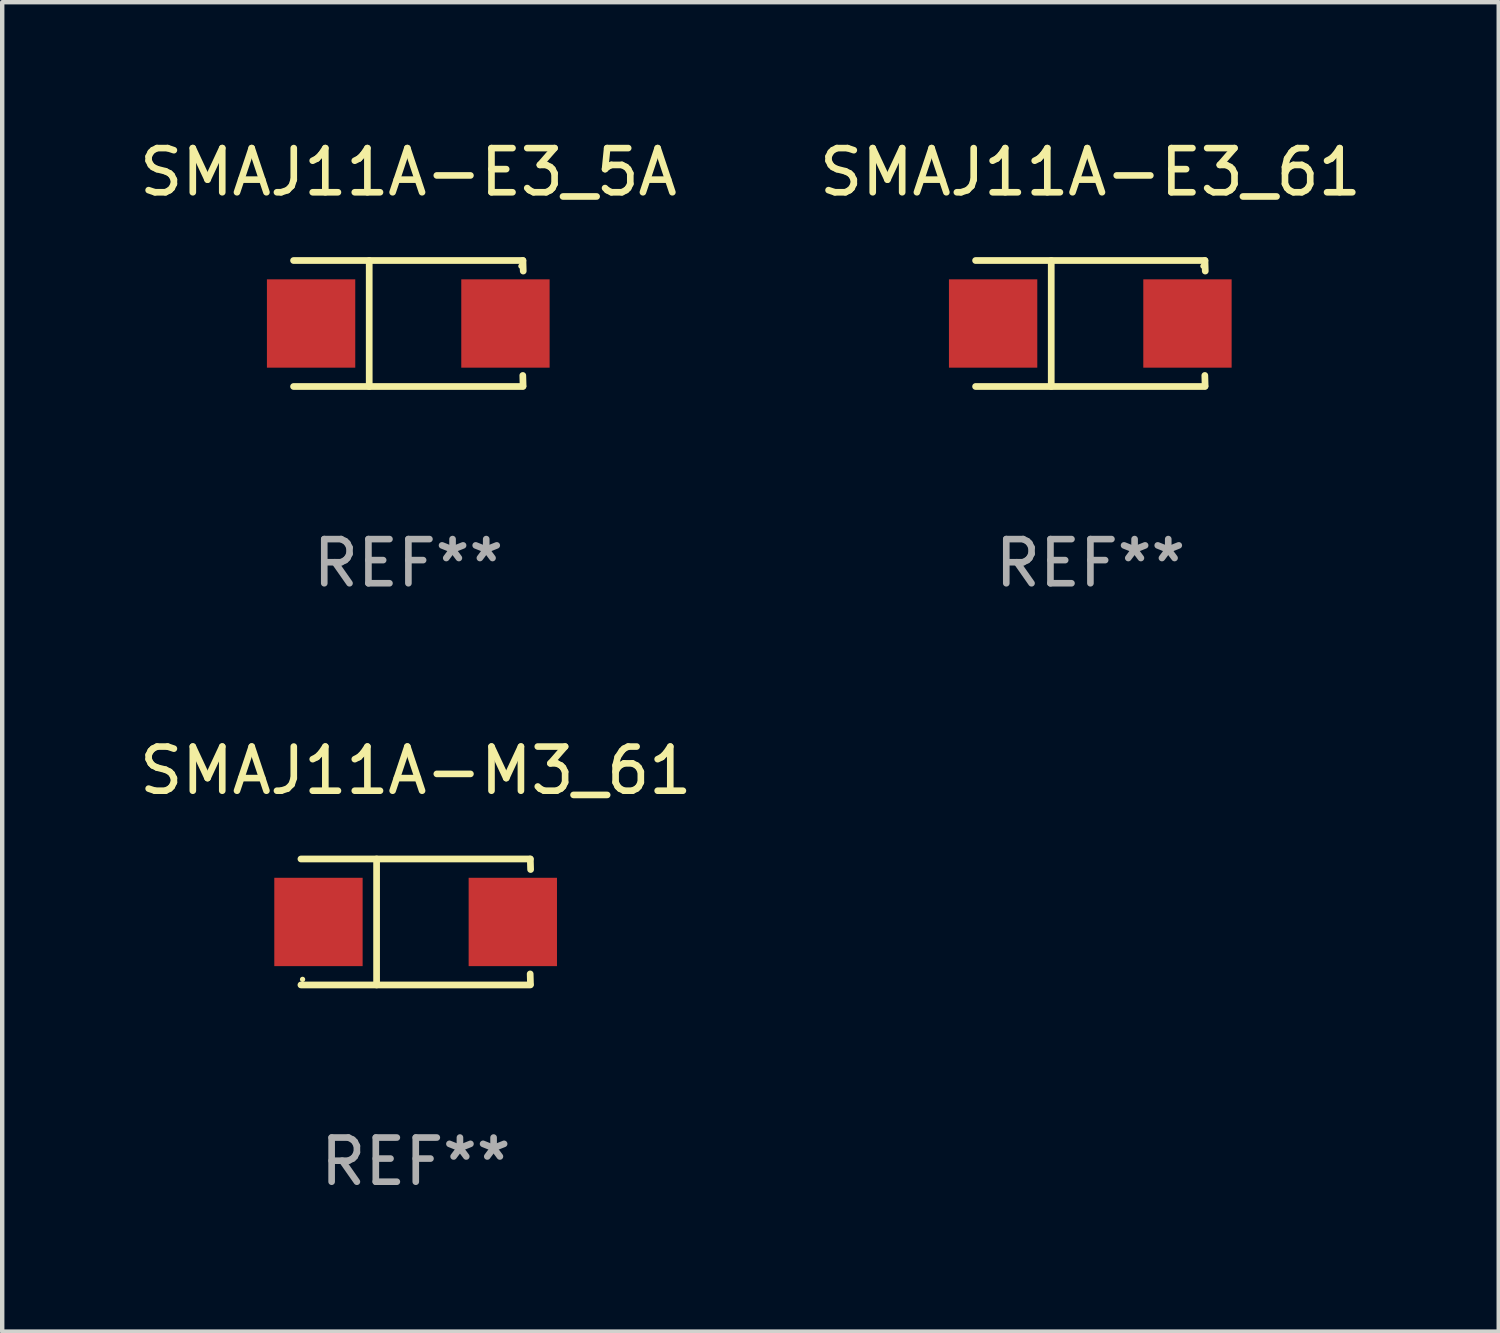
<source format=kicad_pcb>
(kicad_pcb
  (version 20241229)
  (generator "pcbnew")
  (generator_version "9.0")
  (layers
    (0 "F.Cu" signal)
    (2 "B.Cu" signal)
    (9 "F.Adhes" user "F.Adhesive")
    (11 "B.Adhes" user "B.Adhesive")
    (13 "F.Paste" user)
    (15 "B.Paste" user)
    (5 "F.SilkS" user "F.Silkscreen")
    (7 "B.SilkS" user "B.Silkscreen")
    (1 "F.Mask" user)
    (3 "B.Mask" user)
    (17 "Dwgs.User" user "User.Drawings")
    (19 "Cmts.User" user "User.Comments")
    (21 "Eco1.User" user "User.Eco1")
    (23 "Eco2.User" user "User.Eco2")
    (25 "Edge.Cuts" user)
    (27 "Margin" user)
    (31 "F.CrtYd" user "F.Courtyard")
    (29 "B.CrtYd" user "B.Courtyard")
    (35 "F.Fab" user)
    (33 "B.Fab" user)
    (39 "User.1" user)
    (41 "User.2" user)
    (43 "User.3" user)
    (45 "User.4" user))
  (footprint "SMAJ11A-E3_61"
    (layer "F.Cu")
    (at 21.637 4.274)
    (property "Reference" "SMAJ11A-E3_61" (at 0 -3.426 0) (layer "F.SilkS") (effects (font (size 1 1) (thickness 0.15))))
    (attr through_hole)
    (fp_line (start -2.6 -1.426) (end 2.593 -1.426) (stroke (width 0.152) (type solid)) (layer "F.SilkS"))
    (fp_line (start -2.6 1.426) (end 2.593 1.426) (stroke (width 0.152) (type solid)) (layer "F.SilkS"))
    (fp_line (start -0.887 -1.426) (end -0.887 1.426) (stroke (width 0.152) (type solid)) (layer "F.SilkS"))
    (fp_line (start 2.59 1.176) (end 2.597 1.415) (stroke (width 0.152) (type solid)) (layer "F.SilkS"))
    (fp_line (start 2.593 -1.426) (end 2.6 -1.187) (stroke (width 0.152) (type solid)) (layer "F.SilkS"))
    (fp_circle (center 2.547 -1.3) (end 2.577 -1.3) (stroke (width 0.06) (type solid)) (fill no) (layer "F.SilkS"))
    (fp_text user "REF**" (at 0 5.426 0) (layer "F.Fab") (effects (font (size 1 1) (thickness 0.15))))
    (pad "1" smd rect (at 2.197 -0.000025 180) (size 2 2) (layers "F.Cu" "F.Mask" "F.Paste"))
    (pad "2" smd rect (at -2.203 -0.000025 180) (size 2 2) (layers "F.Cu" "F.Mask" "F.Paste")))
  (footprint "SMAJ11A-E3_5A"
    (layer "F.Cu")
    (at 6.196 4.274)
    (property "Reference" "SMAJ11A-E3_5A" (at 0 -3.426 0) (layer "F.SilkS") (effects (font (size 1 1) (thickness 0.15))))
    (attr through_hole)
    (fp_line (start -2.6 -1.426) (end 2.593 -1.426) (stroke (width 0.152) (type solid)) (layer "F.SilkS"))
    (fp_line (start -2.6 1.426) (end 2.593 1.426) (stroke (width 0.152) (type solid)) (layer "F.SilkS"))
    (fp_line (start -0.887 -1.426) (end -0.887 1.426) (stroke (width 0.152) (type solid)) (layer "F.SilkS"))
    (fp_line (start 2.59 1.176) (end 2.597 1.415) (stroke (width 0.152) (type solid)) (layer "F.SilkS"))
    (fp_line (start 2.593 -1.426) (end 2.6 -1.187) (stroke (width 0.152) (type solid)) (layer "F.SilkS"))
    (fp_circle (center 2.547 -1.3) (end 2.577 -1.3) (stroke (width 0.06) (type solid)) (fill no) (layer "F.SilkS"))
    (fp_text user "REF**" (at 0 5.426 0) (layer "F.Fab") (effects (font (size 1 1) (thickness 0.15))))
    (pad "1" smd rect (at 2.197 -0.000025 180) (size 2 2) (layers "F.Cu" "F.Mask" "F.Paste"))
    (pad "2" smd rect (at -2.203 -0.000025 180) (size 2 2) (layers "F.Cu" "F.Mask" "F.Paste")))
  (footprint "SMAJ11A-M3_61"
    (layer "F.Cu")
    (at 6.363 17.823)
    (property "Reference" "SMAJ11A-M3_61" (at 0 -3.426 0) (layer "F.SilkS") (effects (font (size 1 1) (thickness 0.15))))
    (attr through_hole)
    (fp_line (start -2.6 -1.426) (end 2.593 -1.426) (stroke (width 0.152) (type solid)) (layer "F.SilkS"))
    (fp_line (start -2.6 1.426) (end 2.593 1.426) (stroke (width 0.152) (type solid)) (layer "F.SilkS"))
    (fp_line (start -0.887 -1.426) (end -0.887 1.426) (stroke (width 0.152) (type solid)) (layer "F.SilkS"))
    (fp_line (start 2.59 1.176) (end 2.597 1.415) (stroke (width 0.152) (type solid)) (layer "F.SilkS"))
    (fp_line (start 2.593 -1.426) (end 2.6 -1.187) (stroke (width 0.152) (type solid)) (layer "F.SilkS"))
    (fp_circle (center -2.563 1.3) (end -2.533 1.3) (stroke (width 0.06) (type solid)) (fill no) (layer "F.SilkS"))
    (fp_text user "REF**" (at 0 5.426 0) (layer "F.Fab") (effects (font (size 1 1) (thickness 0.15))))
    (pad "1" smd rect (at -2.203 -0.000025 180) (size 2 2) (layers "F.Cu" "F.Mask" "F.Paste"))
    (pad "2" smd rect (at 2.197 -0.000025 180) (size 2 2) (layers "F.Cu" "F.Mask" "F.Paste")))
  (gr_rect
    (start -3 -3)
    (end 30.881 27.098)
    (stroke (width 0.1) (type default))
    (fill no)
    (layer "Edge.Cuts")))
</source>
